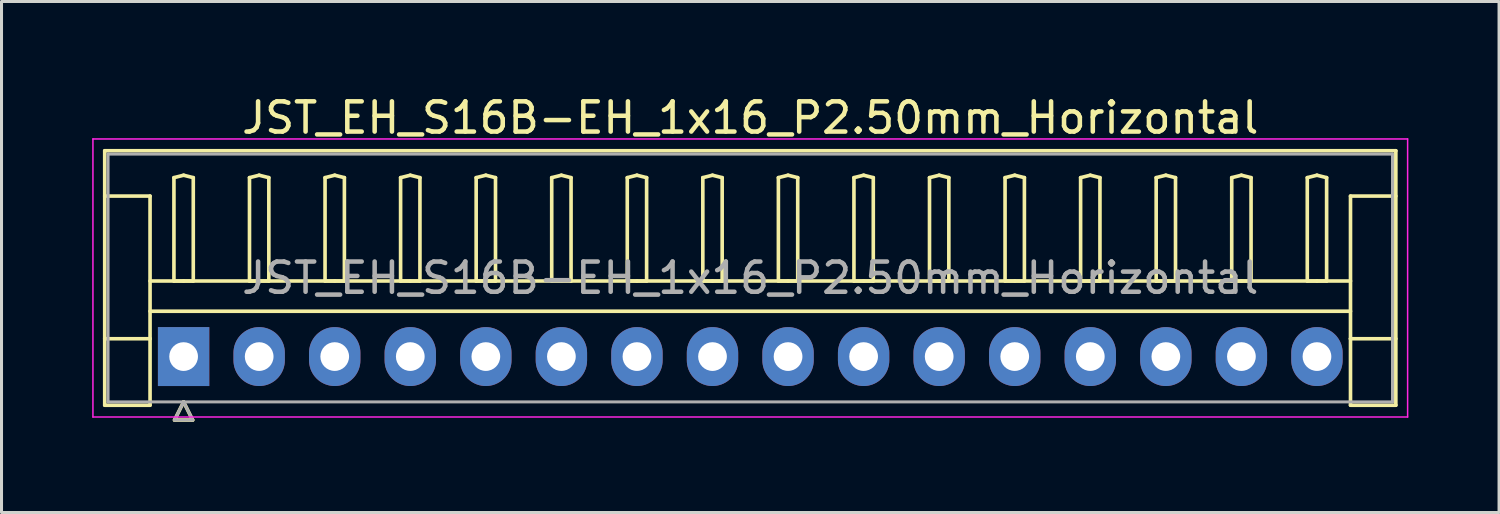
<source format=kicad_pcb>
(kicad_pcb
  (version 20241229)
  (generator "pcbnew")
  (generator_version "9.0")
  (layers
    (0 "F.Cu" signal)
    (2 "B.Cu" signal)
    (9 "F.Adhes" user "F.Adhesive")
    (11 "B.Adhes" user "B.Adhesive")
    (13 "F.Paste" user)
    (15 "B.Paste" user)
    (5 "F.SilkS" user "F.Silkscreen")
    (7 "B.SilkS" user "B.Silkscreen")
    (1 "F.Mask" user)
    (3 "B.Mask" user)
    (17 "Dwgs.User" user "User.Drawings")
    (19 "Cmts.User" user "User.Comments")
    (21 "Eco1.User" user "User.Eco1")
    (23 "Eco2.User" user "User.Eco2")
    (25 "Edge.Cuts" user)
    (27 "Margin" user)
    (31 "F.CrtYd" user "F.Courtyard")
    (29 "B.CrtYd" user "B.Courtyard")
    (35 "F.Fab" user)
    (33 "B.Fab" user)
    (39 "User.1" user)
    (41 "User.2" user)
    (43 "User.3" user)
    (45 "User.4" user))
  (footprint "JST_EH_S16B-EH_1x16_P2.50mm_Horizontal"
    (layer "F.Cu")
    (at 3.025 8.748)
    (property "Reference" "JST_EH_S16B-EH_1x16_P2.50mm_Horizontal" (at 18.75 -7.9 0) (layer "F.SilkS") (effects (font (size 1 1) (thickness 0.15))))
    (attr through_hole)
    (fp_line (start -2.61 -6.81) (end 40.11 -6.81) (stroke (width 0.12) (type solid)) (layer "F.SilkS"))
    (fp_line (start -2.61 -5.31) (end -1.11 -5.31) (stroke (width 0.12) (type solid)) (layer "F.SilkS"))
    (fp_line (start -2.61 1.61) (end -2.61 -6.81) (stroke (width 0.12) (type solid)) (layer "F.SilkS"))
    (fp_line (start -1.11 -5.31) (end -1.11 -0.59) (stroke (width 0.12) (type solid)) (layer "F.SilkS"))
    (fp_line (start -1.11 -2.5) (end 38.61 -2.5) (stroke (width 0.12) (type solid)) (layer "F.SilkS"))
    (fp_line (start -1.11 -1.5) (end 38.61 -1.5) (stroke (width 0.12) (type solid)) (layer "F.SilkS"))
    (fp_line (start -1.11 -0.59) (end -2.61 -0.59) (stroke (width 0.12) (type solid)) (layer "F.SilkS"))
    (fp_line (start -1.11 -0.59) (end -1.11 1.61) (stroke (width 0.12) (type solid)) (layer "F.SilkS"))
    (fp_line (start -1.11 1.61) (end -2.61 1.61) (stroke (width 0.12) (type solid)) (layer "F.SilkS"))
    (fp_line (start -0.32 -5.92) (end 0 -6) (stroke (width 0.12) (type solid)) (layer "F.SilkS"))
    (fp_line (start -0.32 -2.5) (end -0.32 -5.92) (stroke (width 0.12) (type solid)) (layer "F.SilkS"))
    (fp_line (start -0.3 2.1) (end 0.3 2.1) (stroke (width 0.12) (type solid)) (layer "F.SilkS"))
    (fp_line (start 0 -6) (end 0.32 -5.92) (stroke (width 0.12) (type solid)) (layer "F.SilkS"))
    (fp_line (start 0 -2.5) (end -0.32 -2.5) (stroke (width 0.12) (type solid)) (layer "F.SilkS"))
    (fp_line (start 0 1.5) (end -0.3 2.1) (stroke (width 0.12) (type solid)) (layer "F.SilkS"))
    (fp_line (start 0.3 2.1) (end 0 1.5) (stroke (width 0.12) (type solid)) (layer "F.SilkS"))
    (fp_line (start 0.32 -5.92) (end 0.32 -2.5) (stroke (width 0.12) (type solid)) (layer "F.SilkS"))
    (fp_line (start 0.32 -2.5) (end 0 -2.5) (stroke (width 0.12) (type solid)) (layer "F.SilkS"))
    (fp_line (start 2.18 -5.92) (end 2.5 -6) (stroke (width 0.12) (type solid)) (layer "F.SilkS"))
    (fp_line (start 2.18 -2.5) (end 2.18 -5.92) (stroke (width 0.12) (type solid)) (layer "F.SilkS"))
    (fp_line (start 2.5 -6) (end 2.82 -5.92) (stroke (width 0.12) (type solid)) (layer "F.SilkS"))
    (fp_line (start 2.5 -2.5) (end 2.18 -2.5) (stroke (width 0.12) (type solid)) (layer "F.SilkS"))
    (fp_line (start 2.82 -5.92) (end 2.82 -2.5) (stroke (width 0.12) (type solid)) (layer "F.SilkS"))
    (fp_line (start 2.82 -2.5) (end 2.5 -2.5) (stroke (width 0.12) (type solid)) (layer "F.SilkS"))
    (fp_line (start 4.68 -5.92) (end 5 -6) (stroke (width 0.12) (type solid)) (layer "F.SilkS"))
    (fp_line (start 4.68 -2.5) (end 4.68 -5.92) (stroke (width 0.12) (type solid)) (layer "F.SilkS"))
    (fp_line (start 5 -6) (end 5.32 -5.92) (stroke (width 0.12) (type solid)) (layer "F.SilkS"))
    (fp_line (start 5 -2.5) (end 4.68 -2.5) (stroke (width 0.12) (type solid)) (layer "F.SilkS"))
    (fp_line (start 5.32 -5.92) (end 5.32 -2.5) (stroke (width 0.12) (type solid)) (layer "F.SilkS"))
    (fp_line (start 5.32 -2.5) (end 5 -2.5) (stroke (width 0.12) (type solid)) (layer "F.SilkS"))
    (fp_line (start 7.18 -5.92) (end 7.5 -6) (stroke (width 0.12) (type solid)) (layer "F.SilkS"))
    (fp_line (start 7.18 -2.5) (end 7.18 -5.92) (stroke (width 0.12) (type solid)) (layer "F.SilkS"))
    (fp_line (start 7.5 -6) (end 7.82 -5.92) (stroke (width 0.12) (type solid)) (layer "F.SilkS"))
    (fp_line (start 7.5 -2.5) (end 7.18 -2.5) (stroke (width 0.12) (type solid)) (layer "F.SilkS"))
    (fp_line (start 7.82 -5.92) (end 7.82 -2.5) (stroke (width 0.12) (type solid)) (layer "F.SilkS"))
    (fp_line (start 7.82 -2.5) (end 7.5 -2.5) (stroke (width 0.12) (type solid)) (layer "F.SilkS"))
    (fp_line (start 9.68 -5.92) (end 10 -6) (stroke (width 0.12) (type solid)) (layer "F.SilkS"))
    (fp_line (start 9.68 -2.5) (end 9.68 -5.92) (stroke (width 0.12) (type solid)) (layer "F.SilkS"))
    (fp_line (start 10 -6) (end 10.32 -5.92) (stroke (width 0.12) (type solid)) (layer "F.SilkS"))
    (fp_line (start 10 -2.5) (end 9.68 -2.5) (stroke (width 0.12) (type solid)) (layer "F.SilkS"))
    (fp_line (start 10.32 -5.92) (end 10.32 -2.5) (stroke (width 0.12) (type solid)) (layer "F.SilkS"))
    (fp_line (start 10.32 -2.5) (end 10 -2.5) (stroke (width 0.12) (type solid)) (layer "F.SilkS"))
    (fp_line (start 12.18 -5.92) (end 12.5 -6) (stroke (width 0.12) (type solid)) (layer "F.SilkS"))
    (fp_line (start 12.18 -2.5) (end 12.18 -5.92) (stroke (width 0.12) (type solid)) (layer "F.SilkS"))
    (fp_line (start 12.5 -6) (end 12.82 -5.92) (stroke (width 0.12) (type solid)) (layer "F.SilkS"))
    (fp_line (start 12.5 -2.5) (end 12.18 -2.5) (stroke (width 0.12) (type solid)) (layer "F.SilkS"))
    (fp_line (start 12.82 -5.92) (end 12.82 -2.5) (stroke (width 0.12) (type solid)) (layer "F.SilkS"))
    (fp_line (start 12.82 -2.5) (end 12.5 -2.5) (stroke (width 0.12) (type solid)) (layer "F.SilkS"))
    (fp_line (start 14.68 -5.92) (end 15 -6) (stroke (width 0.12) (type solid)) (layer "F.SilkS"))
    (fp_line (start 14.68 -2.5) (end 14.68 -5.92) (stroke (width 0.12) (type solid)) (layer "F.SilkS"))
    (fp_line (start 15 -6) (end 15.32 -5.92) (stroke (width 0.12) (type solid)) (layer "F.SilkS"))
    (fp_line (start 15 -2.5) (end 14.68 -2.5) (stroke (width 0.12) (type solid)) (layer "F.SilkS"))
    (fp_line (start 15.32 -5.92) (end 15.32 -2.5) (stroke (width 0.12) (type solid)) (layer "F.SilkS"))
    (fp_line (start 15.32 -2.5) (end 15 -2.5) (stroke (width 0.12) (type solid)) (layer "F.SilkS"))
    (fp_line (start 17.18 -5.92) (end 17.5 -6) (stroke (width 0.12) (type solid)) (layer "F.SilkS"))
    (fp_line (start 17.18 -2.5) (end 17.18 -5.92) (stroke (width 0.12) (type solid)) (layer "F.SilkS"))
    (fp_line (start 17.5 -6) (end 17.82 -5.92) (stroke (width 0.12) (type solid)) (layer "F.SilkS"))
    (fp_line (start 17.5 -2.5) (end 17.18 -2.5) (stroke (width 0.12) (type solid)) (layer "F.SilkS"))
    (fp_line (start 17.82 -5.92) (end 17.82 -2.5) (stroke (width 0.12) (type solid)) (layer "F.SilkS"))
    (fp_line (start 17.82 -2.5) (end 17.5 -2.5) (stroke (width 0.12) (type solid)) (layer "F.SilkS"))
    (fp_line (start 19.68 -5.92) (end 20 -6) (stroke (width 0.12) (type solid)) (layer "F.SilkS"))
    (fp_line (start 19.68 -2.5) (end 19.68 -5.92) (stroke (width 0.12) (type solid)) (layer "F.SilkS"))
    (fp_line (start 20 -6) (end 20.32 -5.92) (stroke (width 0.12) (type solid)) (layer "F.SilkS"))
    (fp_line (start 20 -2.5) (end 19.68 -2.5) (stroke (width 0.12) (type solid)) (layer "F.SilkS"))
    (fp_line (start 20.32 -5.92) (end 20.32 -2.5) (stroke (width 0.12) (type solid)) (layer "F.SilkS"))
    (fp_line (start 20.32 -2.5) (end 20 -2.5) (stroke (width 0.12) (type solid)) (layer "F.SilkS"))
    (fp_line (start 22.18 -5.92) (end 22.5 -6) (stroke (width 0.12) (type solid)) (layer "F.SilkS"))
    (fp_line (start 22.18 -2.5) (end 22.18 -5.92) (stroke (width 0.12) (type solid)) (layer "F.SilkS"))
    (fp_line (start 22.5 -6) (end 22.82 -5.92) (stroke (width 0.12) (type solid)) (layer "F.SilkS"))
    (fp_line (start 22.5 -2.5) (end 22.18 -2.5) (stroke (width 0.12) (type solid)) (layer "F.SilkS"))
    (fp_line (start 22.82 -5.92) (end 22.82 -2.5) (stroke (width 0.12) (type solid)) (layer "F.SilkS"))
    (fp_line (start 22.82 -2.5) (end 22.5 -2.5) (stroke (width 0.12) (type solid)) (layer "F.SilkS"))
    (fp_line (start 24.68 -5.92) (end 25 -6) (stroke (width 0.12) (type solid)) (layer "F.SilkS"))
    (fp_line (start 24.68 -2.5) (end 24.68 -5.92) (stroke (width 0.12) (type solid)) (layer "F.SilkS"))
    (fp_line (start 25 -6) (end 25.32 -5.92) (stroke (width 0.12) (type solid)) (layer "F.SilkS"))
    (fp_line (start 25 -2.5) (end 24.68 -2.5) (stroke (width 0.12) (type solid)) (layer "F.SilkS"))
    (fp_line (start 25.32 -5.92) (end 25.32 -2.5) (stroke (width 0.12) (type solid)) (layer "F.SilkS"))
    (fp_line (start 25.32 -2.5) (end 25 -2.5) (stroke (width 0.12) (type solid)) (layer "F.SilkS"))
    (fp_line (start 27.18 -5.92) (end 27.5 -6) (stroke (width 0.12) (type solid)) (layer "F.SilkS"))
    (fp_line (start 27.18 -2.5) (end 27.18 -5.92) (stroke (width 0.12) (type solid)) (layer "F.SilkS"))
    (fp_line (start 27.5 -6) (end 27.82 -5.92) (stroke (width 0.12) (type solid)) (layer "F.SilkS"))
    (fp_line (start 27.5 -2.5) (end 27.18 -2.5) (stroke (width 0.12) (type solid)) (layer "F.SilkS"))
    (fp_line (start 27.82 -5.92) (end 27.82 -2.5) (stroke (width 0.12) (type solid)) (layer "F.SilkS"))
    (fp_line (start 27.82 -2.5) (end 27.5 -2.5) (stroke (width 0.12) (type solid)) (layer "F.SilkS"))
    (fp_line (start 29.68 -5.92) (end 30 -6) (stroke (width 0.12) (type solid)) (layer "F.SilkS"))
    (fp_line (start 29.68 -2.5) (end 29.68 -5.92) (stroke (width 0.12) (type solid)) (layer "F.SilkS"))
    (fp_line (start 30 -6) (end 30.32 -5.92) (stroke (width 0.12) (type solid)) (layer "F.SilkS"))
    (fp_line (start 30 -2.5) (end 29.68 -2.5) (stroke (width 0.12) (type solid)) (layer "F.SilkS"))
    (fp_line (start 30.32 -5.92) (end 30.32 -2.5) (stroke (width 0.12) (type solid)) (layer "F.SilkS"))
    (fp_line (start 30.32 -2.5) (end 30 -2.5) (stroke (width 0.12) (type solid)) (layer "F.SilkS"))
    (fp_line (start 32.18 -5.92) (end 32.5 -6) (stroke (width 0.12) (type solid)) (layer "F.SilkS"))
    (fp_line (start 32.18 -2.5) (end 32.18 -5.92) (stroke (width 0.12) (type solid)) (layer "F.SilkS"))
    (fp_line (start 32.5 -6) (end 32.82 -5.92) (stroke (width 0.12) (type solid)) (layer "F.SilkS"))
    (fp_line (start 32.5 -2.5) (end 32.18 -2.5) (stroke (width 0.12) (type solid)) (layer "F.SilkS"))
    (fp_line (start 32.82 -5.92) (end 32.82 -2.5) (stroke (width 0.12) (type solid)) (layer "F.SilkS"))
    (fp_line (start 32.82 -2.5) (end 32.5 -2.5) (stroke (width 0.12) (type solid)) (layer "F.SilkS"))
    (fp_line (start 34.68 -5.92) (end 35 -6) (stroke (width 0.12) (type solid)) (layer "F.SilkS"))
    (fp_line (start 34.68 -2.5) (end 34.68 -5.92) (stroke (width 0.12) (type solid)) (layer "F.SilkS"))
    (fp_line (start 35 -6) (end 35.32 -5.92) (stroke (width 0.12) (type solid)) (layer "F.SilkS"))
    (fp_line (start 35 -2.5) (end 34.68 -2.5) (stroke (width 0.12) (type solid)) (layer "F.SilkS"))
    (fp_line (start 35.32 -5.92) (end 35.32 -2.5) (stroke (width 0.12) (type solid)) (layer "F.SilkS"))
    (fp_line (start 35.32 -2.5) (end 35 -2.5) (stroke (width 0.12) (type solid)) (layer "F.SilkS"))
    (fp_line (start 37.18 -5.92) (end 37.5 -6) (stroke (width 0.12) (type solid)) (layer "F.SilkS"))
    (fp_line (start 37.18 -2.5) (end 37.18 -5.92) (stroke (width 0.12) (type solid)) (layer "F.SilkS"))
    (fp_line (start 37.5 -6) (end 37.82 -5.92) (stroke (width 0.12) (type solid)) (layer "F.SilkS"))
    (fp_line (start 37.5 -2.5) (end 37.18 -2.5) (stroke (width 0.12) (type solid)) (layer "F.SilkS"))
    (fp_line (start 37.82 -5.92) (end 37.82 -2.5) (stroke (width 0.12) (type solid)) (layer "F.SilkS"))
    (fp_line (start 37.82 -2.5) (end 37.5 -2.5) (stroke (width 0.12) (type solid)) (layer "F.SilkS"))
    (fp_line (start 38.61 -5.31) (end 38.61 -0.59) (stroke (width 0.12) (type solid)) (layer "F.SilkS"))
    (fp_line (start 38.61 -0.59) (end 40.11 -0.59) (stroke (width 0.12) (type solid)) (layer "F.SilkS"))
    (fp_line (start 38.61 1.61) (end 38.61 -0.59) (stroke (width 0.12) (type solid)) (layer "F.SilkS"))
    (fp_line (start 40.11 -6.81) (end 40.11 1.61) (stroke (width 0.12) (type solid)) (layer "F.SilkS"))
    (fp_line (start 40.11 -5.31) (end 38.61 -5.31) (stroke (width 0.12) (type solid)) (layer "F.SilkS"))
    (fp_line (start 40.11 1.61) (end 38.61 1.61) (stroke (width 0.12) (type solid)) (layer "F.SilkS"))
    (fp_line (start -3 -7.2) (end -3 2) (stroke (width 0.05) (type solid)) (layer "F.CrtYd"))
    (fp_line (start -3 2) (end 40.5 2) (stroke (width 0.05) (type solid)) (layer "F.CrtYd"))
    (fp_line (start 40.5 -7.2) (end -3 -7.2) (stroke (width 0.05) (type solid)) (layer "F.CrtYd"))
    (fp_line (start 40.5 2) (end 40.5 -7.2) (stroke (width 0.05) (type solid)) (layer "F.CrtYd"))
    (fp_line (start -2.5 -6.7) (end -2.5 1.5) (stroke (width 0.1) (type solid)) (layer "F.Fab"))
    (fp_line (start -2.5 1.5) (end 40 1.5) (stroke (width 0.1) (type solid)) (layer "F.Fab"))
    (fp_line (start -0.3 2.1) (end 0.3 2.1) (stroke (width 0.1) (type solid)) (layer "F.Fab"))
    (fp_line (start 0 1.5) (end -0.3 2.1) (stroke (width 0.1) (type solid)) (layer "F.Fab"))
    (fp_line (start 0.3 2.1) (end 0 1.5) (stroke (width 0.1) (type solid)) (layer "F.Fab"))
    (fp_line (start 40 -6.7) (end -2.5 -6.7) (stroke (width 0.1) (type solid)) (layer "F.Fab"))
    (fp_line (start 40 1.5) (end 40 -6.7) (stroke (width 0.1) (type solid)) (layer "F.Fab"))
    (fp_text user "${REFERENCE}" (at 18.75 -2.6 0) (layer "F.Fab") (effects (font (size 1 1) (thickness 0.15))))
    (pad "1" thru_hole rect (at 0 0) (size 1.7 1.95) (drill 0.95) (layers "*.Cu" "*.Mask"))
    (pad "2" thru_hole oval (at 2.5 0) (size 1.7 1.95) (drill 0.95) (layers "*.Cu" "*.Mask"))
    (pad "3" thru_hole oval (at 5 0) (size 1.7 1.95) (drill 0.95) (layers "*.Cu" "*.Mask"))
    (pad "4" thru_hole oval (at 7.5 0) (size 1.7 1.95) (drill 0.95) (layers "*.Cu" "*.Mask"))
    (pad "5" thru_hole oval (at 10 0) (size 1.7 1.95) (drill 0.95) (layers "*.Cu" "*.Mask"))
    (pad "6" thru_hole oval (at 12.5 0) (size 1.7 1.95) (drill 0.95) (layers "*.Cu" "*.Mask"))
    (pad "7" thru_hole oval (at 15 0) (size 1.7 1.95) (drill 0.95) (layers "*.Cu" "*.Mask"))
    (pad "8" thru_hole oval (at 17.5 0) (size 1.7 1.95) (drill 0.95) (layers "*.Cu" "*.Mask"))
    (pad "9" thru_hole oval (at 20 0) (size 1.7 1.95) (drill 0.95) (layers "*.Cu" "*.Mask"))
    (pad "10" thru_hole oval (at 22.5 0) (size 1.7 1.95) (drill 0.95) (layers "*.Cu" "*.Mask"))
    (pad "11" thru_hole oval (at 25 0) (size 1.7 1.95) (drill 0.95) (layers "*.Cu" "*.Mask"))
    (pad "12" thru_hole oval (at 27.5 0) (size 1.7 1.95) (drill 0.95) (layers "*.Cu" "*.Mask"))
    (pad "13" thru_hole oval (at 30 0) (size 1.7 1.95) (drill 0.95) (layers "*.Cu" "*.Mask"))
    (pad "14" thru_hole oval (at 32.5 0) (size 1.7 1.95) (drill 0.95) (layers "*.Cu" "*.Mask"))
    (pad "15" thru_hole oval (at 35 0) (size 1.7 1.95) (drill 0.95) (layers "*.Cu" "*.Mask"))
    (pad "16" thru_hole oval (at 37.5 0) (size 1.7 1.95) (drill 0.95) (layers "*.Cu" "*.Mask")))
  (gr_rect
    (start -3 -3)
    (end 46.55 13.908)
    (stroke (width 0.1) (type default))
    (fill no)
    (layer "Edge.Cuts")))
</source>
